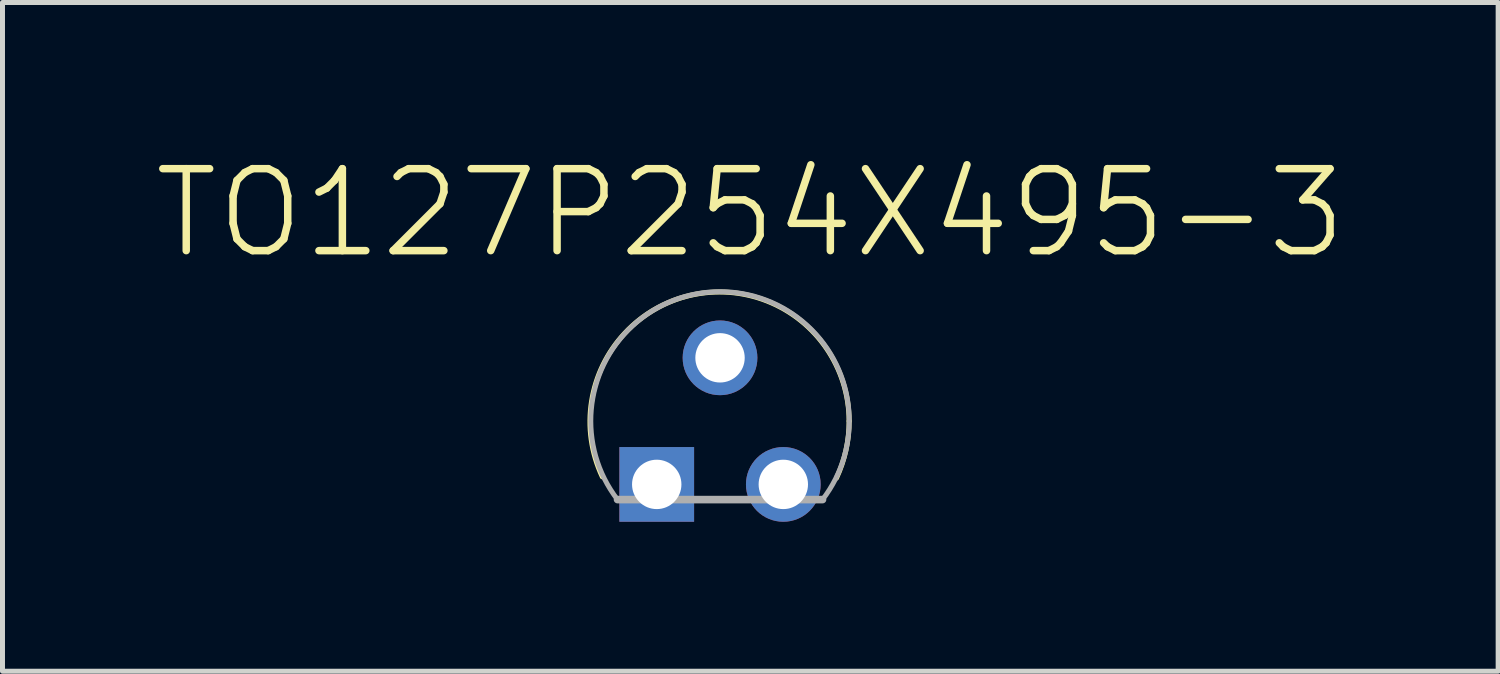
<source format=kicad_pcb>
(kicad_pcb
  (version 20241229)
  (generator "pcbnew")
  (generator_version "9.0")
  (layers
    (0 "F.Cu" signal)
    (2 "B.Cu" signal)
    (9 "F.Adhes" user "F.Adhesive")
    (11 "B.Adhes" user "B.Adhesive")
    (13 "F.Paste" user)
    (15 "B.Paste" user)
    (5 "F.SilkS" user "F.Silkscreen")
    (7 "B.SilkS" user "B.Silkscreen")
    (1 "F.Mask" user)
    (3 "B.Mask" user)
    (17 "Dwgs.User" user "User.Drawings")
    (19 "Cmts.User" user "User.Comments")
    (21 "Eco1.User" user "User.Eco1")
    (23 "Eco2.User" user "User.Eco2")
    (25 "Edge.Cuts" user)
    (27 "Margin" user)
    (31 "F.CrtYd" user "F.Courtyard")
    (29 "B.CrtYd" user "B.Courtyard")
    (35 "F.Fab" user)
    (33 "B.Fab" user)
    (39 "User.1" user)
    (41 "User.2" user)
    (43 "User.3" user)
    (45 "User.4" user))
  (footprint "TO127P254X495-3"
    (layer "F.Cu")
    (at 12.668 4.13)
    (property "Reference" "TO127P254X495-3" (at -0.662 -2.904 0) (layer "F.SilkS") (effects (font (size 1.645 1.645) (thickness 0.15))))
    (attr through_hole)
    (fp_arc (start -3.6322 2.3876) (mid -1.85195 -1.256855) (end 1.3208 1.27) (stroke (width 0.1) (type solid)) (layer "F.SilkS"))
    (fp_arc (start 1.3208 1.27) (mid 1.256389 1.855409) (end 1.0668 2.413) (stroke (width 0.1) (type solid)) (layer "F.SilkS"))
    (fp_line (start -3.327 2.845) (end 0.787 2.845) (stroke (width 0.152) (type solid)) (layer "F.Fab"))
    (fp_arc (start -3.3274 2.844799) (mid -1.27 -1.327195) (end 0.7874 2.8448) (stroke (width 0.1) (type solid)) (layer "F.Fab"))
    (pad "1" thru_hole rect (at -2.54 2.54) (size 1.499 1.499) (drill 0.991) (layers "*.Cu" "*.Mask"))
    (pad "2" thru_hole circle (at -1.27 0) (size 1.499 1.499) (drill 0.991) (layers "*.Cu" "*.Mask"))
    (pad "3" thru_hole circle (at 0 2.54) (size 1.499 1.499) (drill 0.991) (layers "*.Cu" "*.Mask")))
  (gr_rect
    (start -3 -3)
    (end 27.012 10.419)
    (stroke (width 0.1) (type default))
    (fill no)
    (layer "Edge.Cuts")))
</source>
